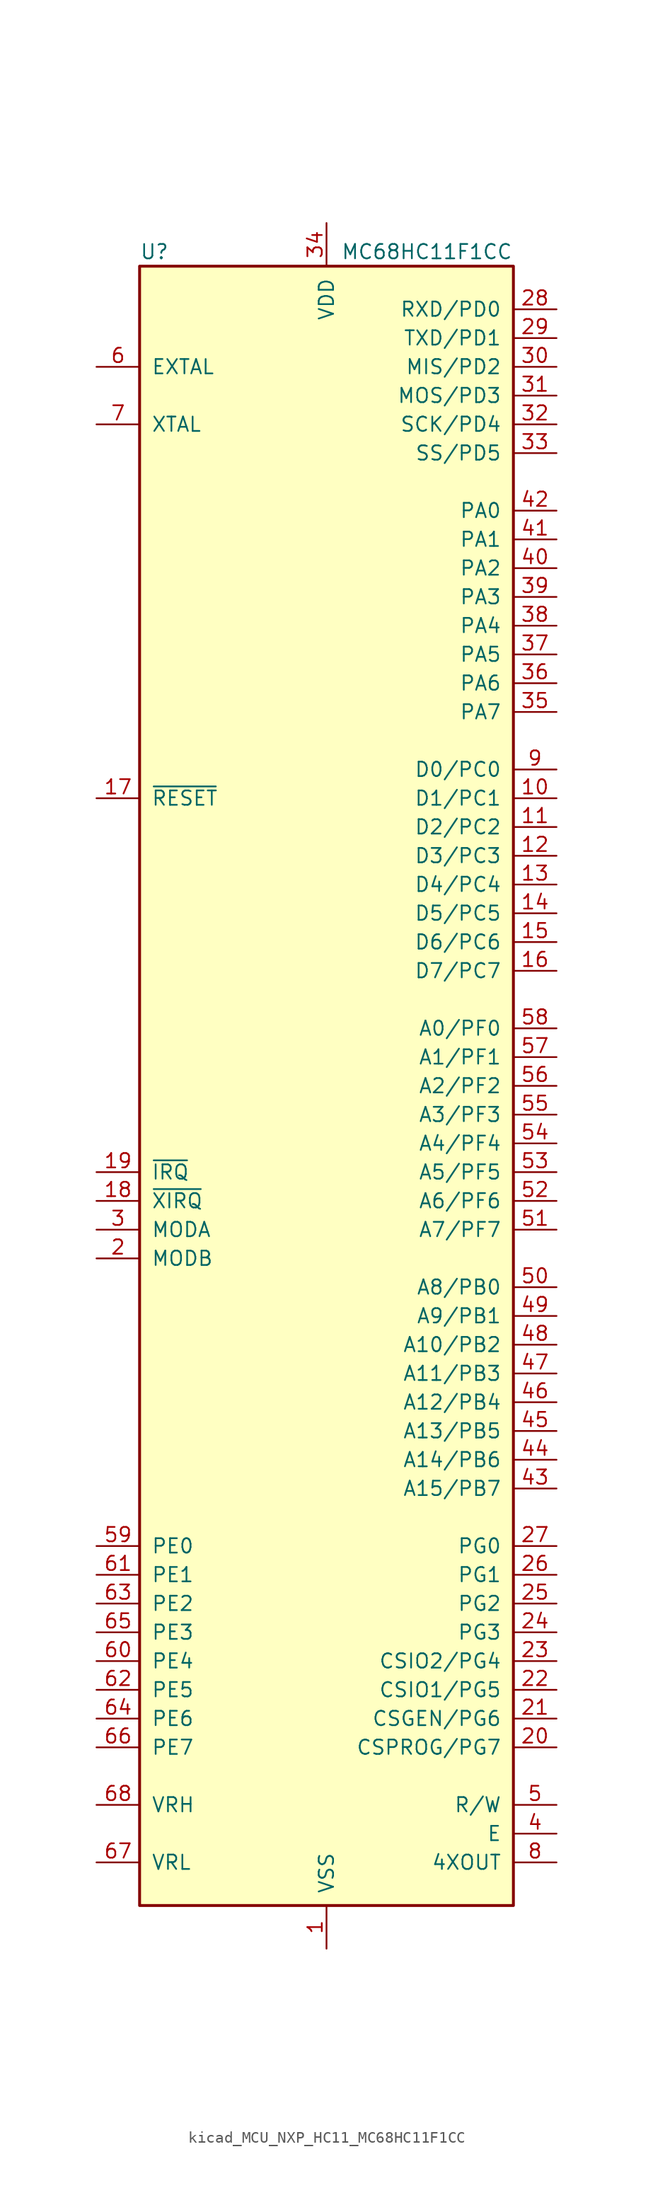
<source format=kicad_sym>
(kicad_symbol_lib
  (version 20220914)
  (generator kicad_symbol_editor)
  (symbol "kicad_MCU_NXP_HC11_MC68HC11F1CC"
    (pin_names
      (offset 1.016))
    (property "Reference" "U"
      (at -16.51 71.12 0)
      (effects (font (size 1.27 1.27)) (justify left)))
    (property "Value" "MC68HC11F1CC"
      (at 1.27 71.12 0)
      (effects (font (size 1.27 1.27)) (justify left)))
    (symbol "kicad_MCU_NXP_HC11_MC68HC11F1CC_0_1"
      (rectangle (start -16.51 69.85) (end 16.51 -74.93) (stroke (width 0.254) (type default)) (fill (type background))))
    (symbol "kicad_MCU_NXP_HC11_MC68HC11F1CC_1_1"
      (pin power_in line (at 0 -78.74 90) (length 3.81) (name "VSS" (effects (font (size 1.27 1.27)))) (number "1" (effects (font (size 1.27 1.27)))))
      (pin bidirectional line (at 20.32 22.86 180) (length 3.81) (name "D1/PC1" (effects (font (size 1.27 1.27)))) (number "10" (effects (font (size 1.27 1.27)))))
      (pin bidirectional line (at 20.32 20.32 180) (length 3.81) (name "D2/PC2" (effects (font (size 1.27 1.27)))) (number "11" (effects (font (size 1.27 1.27)))))
      (pin bidirectional line (at 20.32 17.78 180) (length 3.81) (name "D3/PC3" (effects (font (size 1.27 1.27)))) (number "12" (effects (font (size 1.27 1.27)))))
      (pin bidirectional line (at 20.32 15.24 180) (length 3.81) (name "D4/PC4" (effects (font (size 1.27 1.27)))) (number "13" (effects (font (size 1.27 1.27)))))
      (pin bidirectional line (at 20.32 12.7 180) (length 3.81) (name "D5/PC5" (effects (font (size 1.27 1.27)))) (number "14" (effects (font (size 1.27 1.27)))))
      (pin bidirectional line (at 20.32 10.16 180) (length 3.81) (name "D6/PC6" (effects (font (size 1.27 1.27)))) (number "15" (effects (font (size 1.27 1.27)))))
      (pin bidirectional line (at 20.32 7.62 180) (length 3.81) (name "D7/PC7" (effects (font (size 1.27 1.27)))) (number "16" (effects (font (size 1.27 1.27)))))
      (pin input line (at -20.32 22.86 0) (length 3.81) (name "~{RESET}" (effects (font (size 1.27 1.27)))) (number "17" (effects (font (size 1.27 1.27)))))
      (pin input line (at -20.32 -12.7 0) (length 3.81) (name "~{XIRQ}" (effects (font (size 1.27 1.27)))) (number "18" (effects (font (size 1.27 1.27)))))
      (pin input line (at -20.32 -10.16 0) (length 3.81) (name "~{IRQ}" (effects (font (size 1.27 1.27)))) (number "19" (effects (font (size 1.27 1.27)))))
      (pin input line (at -20.32 -17.78 0) (length 3.81) (name "MODB" (effects (font (size 1.27 1.27)))) (number "2" (effects (font (size 1.27 1.27)))))
      (pin bidirectional line (at 20.32 -60.96 180) (length 3.81) (name "CSPROG/PG7" (effects (font (size 1.27 1.27)))) (number "20" (effects (font (size 1.27 1.27)))))
      (pin bidirectional line (at 20.32 -58.42 180) (length 3.81) (name "CSGEN/PG6" (effects (font (size 1.27 1.27)))) (number "21" (effects (font (size 1.27 1.27)))))
      (pin bidirectional line (at 20.32 -55.88 180) (length 3.81) (name "CSIO1/PG5" (effects (font (size 1.27 1.27)))) (number "22" (effects (font (size 1.27 1.27)))))
      (pin bidirectional line (at 20.32 -53.34 180) (length 3.81) (name "CSIO2/PG4" (effects (font (size 1.27 1.27)))) (number "23" (effects (font (size 1.27 1.27)))))
      (pin bidirectional line (at 20.32 -50.8 180) (length 3.81) (name "PG3" (effects (font (size 1.27 1.27)))) (number "24" (effects (font (size 1.27 1.27)))))
      (pin bidirectional line (at 20.32 -48.26 180) (length 3.81) (name "PG2" (effects (font (size 1.27 1.27)))) (number "25" (effects (font (size 1.27 1.27)))))
      (pin bidirectional line (at 20.32 -45.72 180) (length 3.81) (name "PG1" (effects (font (size 1.27 1.27)))) (number "26" (effects (font (size 1.27 1.27)))))
      (pin bidirectional line (at 20.32 -43.18 180) (length 3.81) (name "PG0" (effects (font (size 1.27 1.27)))) (number "27" (effects (font (size 1.27 1.27)))))
      (pin bidirectional line (at 20.32 66.04 180) (length 3.81) (name "RXD/PD0" (effects (font (size 1.27 1.27)))) (number "28" (effects (font (size 1.27 1.27)))))
      (pin bidirectional line (at 20.32 63.5 180) (length 3.81) (name "TXD/PD1" (effects (font (size 1.27 1.27)))) (number "29" (effects (font (size 1.27 1.27)))))
      (pin bidirectional line (at -20.32 -15.24 0) (length 3.81) (name "MODA" (effects (font (size 1.27 1.27)))) (number "3" (effects (font (size 1.27 1.27)))))
      (pin bidirectional line (at 20.32 60.96 180) (length 3.81) (name "MIS/PD2" (effects (font (size 1.27 1.27)))) (number "30" (effects (font (size 1.27 1.27)))))
      (pin bidirectional line (at 20.32 58.42 180) (length 3.81) (name "MOS/PD3" (effects (font (size 1.27 1.27)))) (number "31" (effects (font (size 1.27 1.27)))))
      (pin bidirectional line (at 20.32 55.88 180) (length 3.81) (name "SCK/PD4" (effects (font (size 1.27 1.27)))) (number "32" (effects (font (size 1.27 1.27)))))
      (pin bidirectional line (at 20.32 53.34 180) (length 3.81) (name "SS/PD5" (effects (font (size 1.27 1.27)))) (number "33" (effects (font (size 1.27 1.27)))))
      (pin power_in line (at 0 73.66 270) (length 3.81) (name "VDD" (effects (font (size 1.27 1.27)))) (number "34" (effects (font (size 1.27 1.27)))))
      (pin bidirectional line (at 20.32 30.48 180) (length 3.81) (name "PA7" (effects (font (size 1.27 1.27)))) (number "35" (effects (font (size 1.27 1.27)))))
      (pin bidirectional line (at 20.32 33.02 180) (length 3.81) (name "PA6" (effects (font (size 1.27 1.27)))) (number "36" (effects (font (size 1.27 1.27)))))
      (pin bidirectional line (at 20.32 35.56 180) (length 3.81) (name "PA5" (effects (font (size 1.27 1.27)))) (number "37" (effects (font (size 1.27 1.27)))))
      (pin bidirectional line (at 20.32 38.1 180) (length 3.81) (name "PA4" (effects (font (size 1.27 1.27)))) (number "38" (effects (font (size 1.27 1.27)))))
      (pin bidirectional line (at 20.32 40.64 180) (length 3.81) (name "PA3" (effects (font (size 1.27 1.27)))) (number "39" (effects (font (size 1.27 1.27)))))
      (pin output line (at 20.32 -68.58 180) (length 3.81) (name "E" (effects (font (size 1.27 1.27)))) (number "4" (effects (font (size 1.27 1.27)))))
      (pin bidirectional line (at 20.32 43.18 180) (length 3.81) (name "PA2" (effects (font (size 1.27 1.27)))) (number "40" (effects (font (size 1.27 1.27)))))
      (pin bidirectional line (at 20.32 45.72 180) (length 3.81) (name "PA1" (effects (font (size 1.27 1.27)))) (number "41" (effects (font (size 1.27 1.27)))))
      (pin bidirectional line (at 20.32 48.26 180) (length 3.81) (name "PA0" (effects (font (size 1.27 1.27)))) (number "42" (effects (font (size 1.27 1.27)))))
      (pin output line (at 20.32 -38.1 180) (length 3.81) (name "A15/PB7" (effects (font (size 1.27 1.27)))) (number "43" (effects (font (size 1.27 1.27)))))
      (pin output line (at 20.32 -35.56 180) (length 3.81) (name "A14/PB6" (effects (font (size 1.27 1.27)))) (number "44" (effects (font (size 1.27 1.27)))))
      (pin output line (at 20.32 -33.02 180) (length 3.81) (name "A13/PB5" (effects (font (size 1.27 1.27)))) (number "45" (effects (font (size 1.27 1.27)))))
      (pin output line (at 20.32 -30.48 180) (length 3.81) (name "A12/PB4" (effects (font (size 1.27 1.27)))) (number "46" (effects (font (size 1.27 1.27)))))
      (pin output line (at 20.32 -27.94 180) (length 3.81) (name "A11/PB3" (effects (font (size 1.27 1.27)))) (number "47" (effects (font (size 1.27 1.27)))))
      (pin output line (at 20.32 -25.4 180) (length 3.81) (name "A10/PB2" (effects (font (size 1.27 1.27)))) (number "48" (effects (font (size 1.27 1.27)))))
      (pin output line (at 20.32 -22.86 180) (length 3.81) (name "A9/PB1" (effects (font (size 1.27 1.27)))) (number "49" (effects (font (size 1.27 1.27)))))
      (pin output line (at 20.32 -66.04 180) (length 3.81) (name "R/W" (effects (font (size 1.27 1.27)))) (number "5" (effects (font (size 1.27 1.27)))))
      (pin output line (at 20.32 -20.32 180) (length 3.81) (name "A8/PB0" (effects (font (size 1.27 1.27)))) (number "50" (effects (font (size 1.27 1.27)))))
      (pin output line (at 20.32 -15.24 180) (length 3.81) (name "A7/PF7" (effects (font (size 1.27 1.27)))) (number "51" (effects (font (size 1.27 1.27)))))
      (pin output line (at 20.32 -12.7 180) (length 3.81) (name "A6/PF6" (effects (font (size 1.27 1.27)))) (number "52" (effects (font (size 1.27 1.27)))))
      (pin output line (at 20.32 -10.16 180) (length 3.81) (name "A5/PF5" (effects (font (size 1.27 1.27)))) (number "53" (effects (font (size 1.27 1.27)))))
      (pin output line (at 20.32 -7.62 180) (length 3.81) (name "A4/PF4" (effects (font (size 1.27 1.27)))) (number "54" (effects (font (size 1.27 1.27)))))
      (pin output line (at 20.32 -5.08 180) (length 3.81) (name "A3/PF3" (effects (font (size 1.27 1.27)))) (number "55" (effects (font (size 1.27 1.27)))))
      (pin output line (at 20.32 -2.54 180) (length 3.81) (name "A2/PF2" (effects (font (size 1.27 1.27)))) (number "56" (effects (font (size 1.27 1.27)))))
      (pin output line (at 20.32 0 180) (length 3.81) (name "A1/PF1" (effects (font (size 1.27 1.27)))) (number "57" (effects (font (size 1.27 1.27)))))
      (pin output line (at 20.32 2.54 180) (length 3.81) (name "A0/PF0" (effects (font (size 1.27 1.27)))) (number "58" (effects (font (size 1.27 1.27)))))
      (pin input line (at -20.32 -43.18 0) (length 3.81) (name "PE0" (effects (font (size 1.27 1.27)))) (number "59" (effects (font (size 1.27 1.27)))))
      (pin output line (at -20.32 60.96 0) (length 3.81) (name "EXTAL" (effects (font (size 1.27 1.27)))) (number "6" (effects (font (size 1.27 1.27)))))
      (pin input line (at -20.32 -53.34 0) (length 3.81) (name "PE4" (effects (font (size 1.27 1.27)))) (number "60" (effects (font (size 1.27 1.27)))))
      (pin input line (at -20.32 -45.72 0) (length 3.81) (name "PE1" (effects (font (size 1.27 1.27)))) (number "61" (effects (font (size 1.27 1.27)))))
      (pin input line (at -20.32 -55.88 0) (length 3.81) (name "PE5" (effects (font (size 1.27 1.27)))) (number "62" (effects (font (size 1.27 1.27)))))
      (pin input line (at -20.32 -48.26 0) (length 3.81) (name "PE2" (effects (font (size 1.27 1.27)))) (number "63" (effects (font (size 1.27 1.27)))))
      (pin input line (at -20.32 -58.42 0) (length 3.81) (name "PE6" (effects (font (size 1.27 1.27)))) (number "64" (effects (font (size 1.27 1.27)))))
      (pin input line (at -20.32 -50.8 0) (length 3.81) (name "PE3" (effects (font (size 1.27 1.27)))) (number "65" (effects (font (size 1.27 1.27)))))
      (pin input line (at -20.32 -60.96 0) (length 3.81) (name "PE7" (effects (font (size 1.27 1.27)))) (number "66" (effects (font (size 1.27 1.27)))))
      (pin input line (at -20.32 -71.12 0) (length 3.81) (name "VRL" (effects (font (size 1.27 1.27)))) (number "67" (effects (font (size 1.27 1.27)))))
      (pin input line (at -20.32 -66.04 0) (length 3.81) (name "VRH" (effects (font (size 1.27 1.27)))) (number "68" (effects (font (size 1.27 1.27)))))
      (pin input line (at -20.32 55.88 0) (length 3.81) (name "XTAL" (effects (font (size 1.27 1.27)))) (number "7" (effects (font (size 1.27 1.27)))))
      (pin output line (at 20.32 -71.12 180) (length 3.81) (name "4XOUT" (effects (font (size 1.27 1.27)))) (number "8" (effects (font (size 1.27 1.27)))))
      (pin bidirectional line (at 20.32 25.4 180) (length 3.81) (name "D0/PC0" (effects (font (size 1.27 1.27)))) (number "9" (effects (font (size 1.27 1.27))))))))
</source>
